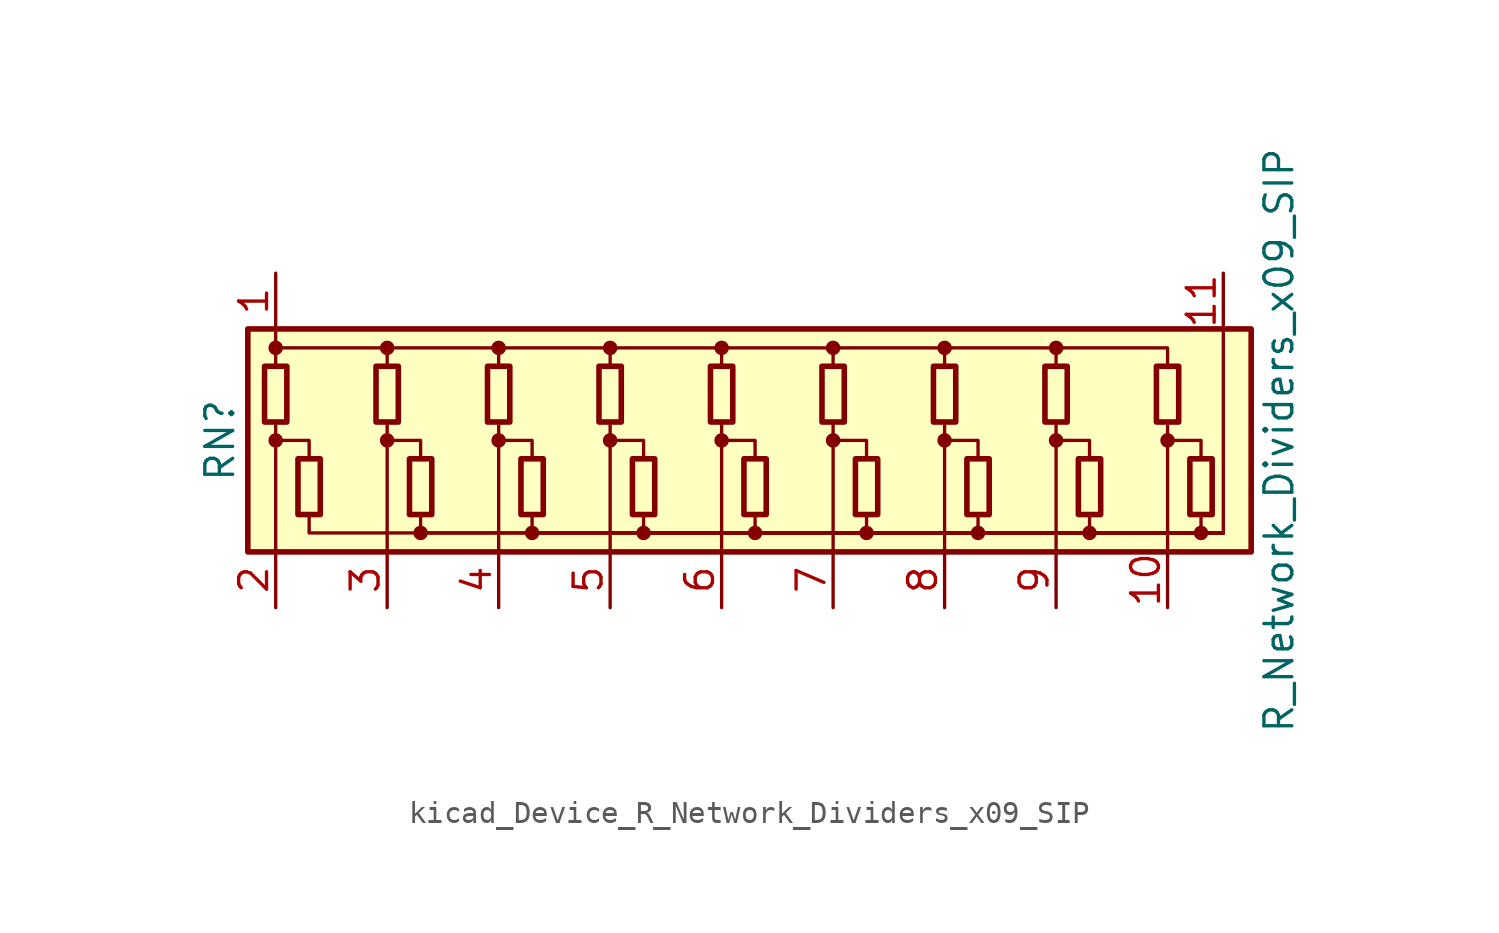
<source format=kicad_sym>
(kicad_symbol_lib
  (version 20220914)
  (generator kicad_symbol_editor)
  (symbol "kicad_Device_R_Network_Dividers_x09_SIP"
    (pin_names
      (offset 0) hide)
    (property "Reference" "RN"
      (at -22.86 0 90)
      (effects (font (size 1.27 1.27))))
    (property "Value" "R_Network_Dividers_x09_SIP"
      (at 25.4 0 90)
      (effects (font (size 1.27 1.27))))
    (symbol "kicad_Device_R_Network_Dividers_x09_SIP_0_1"
      (rectangle (start -21.59 -5.08) (end 24.13 5.08) (stroke (width 0.254) (type default)) (fill (type background)))
      (rectangle (start -20.828 3.378) (end -19.812 0.838) (stroke (width 0.254) (type default)) (fill (type none)))
      (circle (center -20.32 0) (radius 0.254) (stroke (width 0) (type default)) (fill (type outline)))
      (circle (center -20.32 4.216) (radius 0.254) (stroke (width 0) (type default)) (fill (type outline)))
      (rectangle (start -19.304 -3.378) (end -18.288 -0.838) (stroke (width 0.254) (type default)) (fill (type none)))
      (rectangle (start -15.748 3.378) (end -14.732 0.838) (stroke (width 0.254) (type default)) (fill (type none)))
      (circle (center -15.24 0) (radius 0.254) (stroke (width 0) (type default)) (fill (type outline)))
      (circle (center -15.24 4.216) (radius 0.254) (stroke (width 0) (type default)) (fill (type outline)))
      (rectangle (start -14.224 -3.378) (end -13.208 -0.838) (stroke (width 0.254) (type default)) (fill (type none)))
      (circle (center -13.716 -4.216) (radius 0.254) (stroke (width 0) (type default)) (fill (type outline)))
      (rectangle (start -10.668 3.378) (end -9.652 0.838) (stroke (width 0.254) (type default)) (fill (type none)))
      (circle (center -10.16 0) (radius 0.254) (stroke (width 0) (type default)) (fill (type outline)))
      (circle (center -10.16 4.216) (radius 0.254) (stroke (width 0) (type default)) (fill (type outline)))
      (rectangle (start -9.144 -3.378) (end -8.128 -0.838) (stroke (width 0.254) (type default)) (fill (type none)))
      (circle (center -8.636 -4.216) (radius 0.254) (stroke (width 0) (type default)) (fill (type outline)))
      (rectangle (start -5.588 3.378) (end -4.572 0.838) (stroke (width 0.254) (type default)) (fill (type none)))
      (circle (center -5.08 0) (radius 0.254) (stroke (width 0) (type default)) (fill (type outline)))
      (circle (center -5.08 4.216) (radius 0.254) (stroke (width 0) (type default)) (fill (type outline)))
      (rectangle (start -4.064 -3.378) (end -3.048 -0.838) (stroke (width 0.254) (type default)) (fill (type none)))
      (circle (center -3.556 -4.216) (radius 0.254) (stroke (width 0) (type default)) (fill (type outline)))
      (rectangle (start -0.508 3.378) (end 0.508 0.838) (stroke (width 0.254) (type default)) (fill (type none)))
      (polyline (pts (xy -20.32 -5.08) (xy -20.32 0.838)) (stroke (width 0) (type default)) (fill (type none)))
      (polyline (pts (xy -20.32 5.08) (xy -20.32 3.378)) (stroke (width 0) (type default)) (fill (type none)))
      (polyline (pts (xy -15.24 -5.08) (xy -15.24 0.838)) (stroke (width 0) (type default)) (fill (type none)))
      (polyline (pts (xy -10.16 -5.08) (xy -10.16 0.838)) (stroke (width 0) (type default)) (fill (type none)))
      (polyline (pts (xy -5.08 -5.08) (xy -5.08 0.838)) (stroke (width 0) (type default)) (fill (type none)))
      (polyline (pts (xy 0 -5.08) (xy 0 0.838)) (stroke (width 0) (type default)) (fill (type none)))
      (polyline (pts (xy 5.08 -5.08) (xy 5.08 0.838)) (stroke (width 0) (type default)) (fill (type none)))
      (polyline (pts (xy 10.16 -5.08) (xy 10.16 0.838)) (stroke (width 0) (type default)) (fill (type none)))
      (polyline (pts (xy 15.24 -5.08) (xy 15.24 0.838)) (stroke (width 0) (type default)) (fill (type none)))
      (polyline (pts (xy 20.32 -5.08) (xy 20.32 0.838)) (stroke (width 0) (type default)) (fill (type none)))
      (polyline (pts (xy 22.86 -4.216) (xy 22.86 5.08)) (stroke (width 0) (type default)) (fill (type none)))
      (polyline (pts (xy -20.32 0) (xy -18.796 0) (xy -18.796 -0.838)) (stroke (width 0) (type default)) (fill (type none)))
      (polyline (pts (xy -20.32 4.216) (xy -15.24 4.216) (xy -15.24 3.378)) (stroke (width 0) (type default)) (fill (type none)))
      (polyline (pts (xy -18.796 -3.378) (xy -18.796 -4.216) (xy 22.86 -4.216)) (stroke (width 0) (type default)) (fill (type none)))
      (polyline (pts (xy -15.24 0) (xy -13.716 0) (xy -13.716 -0.838)) (stroke (width 0) (type default)) (fill (type none)))
      (polyline (pts (xy -15.24 4.216) (xy -10.16 4.216) (xy -10.16 3.378)) (stroke (width 0) (type default)) (fill (type none)))
      (polyline (pts (xy -13.716 -3.378) (xy -13.716 -4.216) (xy 22.86 -4.216)) (stroke (width 0) (type default)) (fill (type none)))
      (polyline (pts (xy -10.16 0) (xy -8.636 0) (xy -8.636 -0.838)) (stroke (width 0) (type default)) (fill (type none)))
      (polyline (pts (xy -10.16 4.216) (xy -5.08 4.216) (xy -5.08 3.378)) (stroke (width 0) (type default)) (fill (type none)))
      (polyline (pts (xy -8.636 -3.378) (xy -8.636 -4.216) (xy 22.86 -4.216)) (stroke (width 0) (type default)) (fill (type none)))
      (polyline (pts (xy -5.08 0) (xy -3.556 0) (xy -3.556 -0.838)) (stroke (width 0) (type default)) (fill (type none)))
      (polyline (pts (xy -5.08 4.216) (xy 0 4.216) (xy 0 3.378)) (stroke (width 0) (type default)) (fill (type none)))
      (polyline (pts (xy -3.556 -3.378) (xy -3.556 -4.216) (xy 22.86 -4.216)) (stroke (width 0) (type default)) (fill (type none)))
      (polyline (pts (xy 0 0) (xy 1.524 0) (xy 1.524 -0.838)) (stroke (width 0) (type default)) (fill (type none)))
      (polyline (pts (xy 0 4.216) (xy 5.08 4.216) (xy 5.08 3.378)) (stroke (width 0) (type default)) (fill (type none)))
      (polyline (pts (xy 1.524 -3.378) (xy 1.524 -4.216) (xy 22.86 -4.216)) (stroke (width 0) (type default)) (fill (type none)))
      (polyline (pts (xy 5.08 0) (xy 6.604 0) (xy 6.604 -0.838)) (stroke (width 0) (type default)) (fill (type none)))
      (polyline (pts (xy 5.08 4.216) (xy 10.16 4.216) (xy 10.16 3.378)) (stroke (width 0) (type default)) (fill (type none)))
      (polyline (pts (xy 6.604 -3.378) (xy 6.604 -4.216) (xy 22.86 -4.216)) (stroke (width 0) (type default)) (fill (type none)))
      (polyline (pts (xy 10.16 0) (xy 11.684 0) (xy 11.684 -0.838)) (stroke (width 0) (type default)) (fill (type none)))
      (polyline (pts (xy 10.16 4.216) (xy 15.24 4.216) (xy 15.24 3.378)) (stroke (width 0) (type default)) (fill (type none)))
      (polyline (pts (xy 11.684 -3.378) (xy 11.684 -4.216) (xy 22.86 -4.216)) (stroke (width 0) (type default)) (fill (type none)))
      (polyline (pts (xy 15.24 0) (xy 16.764 0) (xy 16.764 -0.838)) (stroke (width 0) (type default)) (fill (type none)))
      (polyline (pts (xy 15.24 4.216) (xy 20.32 4.216) (xy 20.32 3.378)) (stroke (width 0) (type default)) (fill (type none)))
      (polyline (pts (xy 16.764 -3.378) (xy 16.764 -4.216) (xy 22.86 -4.216)) (stroke (width 0) (type default)) (fill (type none)))
      (polyline (pts (xy 20.32 0) (xy 21.844 0) (xy 21.844 -0.838)) (stroke (width 0) (type default)) (fill (type none)))
      (polyline (pts (xy 21.844 -3.378) (xy 21.844 -4.216) (xy 22.86 -4.216)) (stroke (width 0) (type default)) (fill (type none)))
      (circle (center 0 0) (radius 0.254) (stroke (width 0) (type default)) (fill (type outline)))
      (circle (center 0 4.216) (radius 0.254) (stroke (width 0) (type default)) (fill (type outline)))
      (rectangle (start 1.016 -3.378) (end 2.032 -0.838) (stroke (width 0.254) (type default)) (fill (type none)))
      (circle (center 1.524 -4.216) (radius 0.254) (stroke (width 0) (type default)) (fill (type outline)))
      (rectangle (start 4.572 3.378) (end 5.588 0.838) (stroke (width 0.254) (type default)) (fill (type none)))
      (circle (center 5.08 0) (radius 0.254) (stroke (width 0) (type default)) (fill (type outline)))
      (circle (center 5.08 4.216) (radius 0.254) (stroke (width 0) (type default)) (fill (type outline)))
      (rectangle (start 6.096 -3.378) (end 7.112 -0.838) (stroke (width 0.254) (type default)) (fill (type none)))
      (circle (center 6.604 -4.216) (radius 0.254) (stroke (width 0) (type default)) (fill (type outline)))
      (rectangle (start 9.652 3.378) (end 10.668 0.838) (stroke (width 0.254) (type default)) (fill (type none)))
      (circle (center 10.16 0) (radius 0.254) (stroke (width 0) (type default)) (fill (type outline)))
      (circle (center 10.16 4.216) (radius 0.254) (stroke (width 0) (type default)) (fill (type outline)))
      (rectangle (start 11.176 -3.378) (end 12.192 -0.838) (stroke (width 0.254) (type default)) (fill (type none)))
      (circle (center 11.684 -4.216) (radius 0.254) (stroke (width 0) (type default)) (fill (type outline)))
      (rectangle (start 14.732 3.378) (end 15.748 0.838) (stroke (width 0.254) (type default)) (fill (type none)))
      (circle (center 15.24 0) (radius 0.254) (stroke (width 0) (type default)) (fill (type outline)))
      (circle (center 15.24 4.216) (radius 0.254) (stroke (width 0) (type default)) (fill (type outline)))
      (rectangle (start 16.256 -3.378) (end 17.272 -0.838) (stroke (width 0.254) (type default)) (fill (type none)))
      (circle (center 16.764 -4.216) (radius 0.254) (stroke (width 0) (type default)) (fill (type outline)))
      (rectangle (start 19.812 3.378) (end 20.828 0.838) (stroke (width 0.254) (type default)) (fill (type none)))
      (circle (center 20.32 0) (radius 0.254) (stroke (width 0) (type default)) (fill (type outline)))
      (rectangle (start 21.336 -3.378) (end 22.352 -0.838) (stroke (width 0.254) (type default)) (fill (type none)))
      (circle (center 21.844 -4.216) (radius 0.254) (stroke (width 0) (type default)) (fill (type outline))))
    (symbol "kicad_Device_R_Network_Dividers_x09_SIP_1_1"
      (pin passive line (at -20.32 7.62 270) (length 2.54) (name "COM1" (effects (font (size 1.27 1.27)))) (number "1" (effects (font (size 1.27 1.27)))))
      (pin passive line (at 20.32 -7.62 90) (length 2.54) (name "R9" (effects (font (size 1.27 1.27)))) (number "10" (effects (font (size 1.27 1.27)))))
      (pin passive line (at 22.86 7.62 270) (length 2.54) (name "COM2" (effects (font (size 1.27 1.27)))) (number "11" (effects (font (size 1.27 1.27)))))
      (pin passive line (at -20.32 -7.62 90) (length 2.54) (name "R1" (effects (font (size 1.27 1.27)))) (number "2" (effects (font (size 1.27 1.27)))))
      (pin passive line (at -15.24 -7.62 90) (length 2.54) (name "R2" (effects (font (size 1.27 1.27)))) (number "3" (effects (font (size 1.27 1.27)))))
      (pin passive line (at -10.16 -7.62 90) (length 2.54) (name "R3" (effects (font (size 1.27 1.27)))) (number "4" (effects (font (size 1.27 1.27)))))
      (pin passive line (at -5.08 -7.62 90) (length 2.54) (name "R4" (effects (font (size 1.27 1.27)))) (number "5" (effects (font (size 1.27 1.27)))))
      (pin passive line (at 0 -7.62 90) (length 2.54) (name "R5" (effects (font (size 1.27 1.27)))) (number "6" (effects (font (size 1.27 1.27)))))
      (pin passive line (at 5.08 -7.62 90) (length 2.54) (name "R6" (effects (font (size 1.27 1.27)))) (number "7" (effects (font (size 1.27 1.27)))))
      (pin passive line (at 10.16 -7.62 90) (length 2.54) (name "R7" (effects (font (size 1.27 1.27)))) (number "8" (effects (font (size 1.27 1.27)))))
      (pin passive line (at 15.24 -7.62 90) (length 2.54) (name "R8" (effects (font (size 1.27 1.27)))) (number "9" (effects (font (size 1.27 1.27))))))))
</source>
